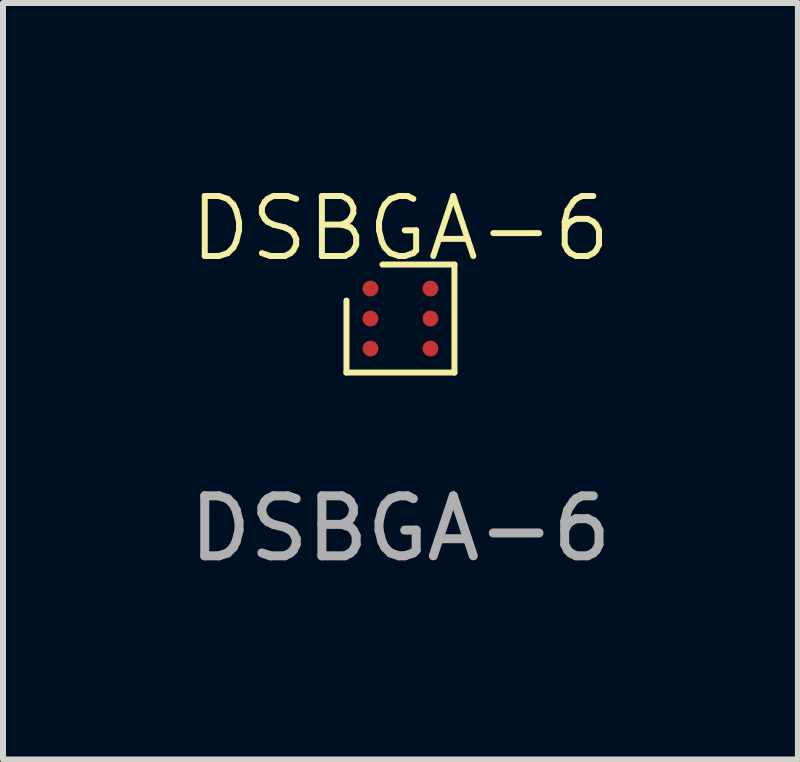
<source format=kicad_pcb>
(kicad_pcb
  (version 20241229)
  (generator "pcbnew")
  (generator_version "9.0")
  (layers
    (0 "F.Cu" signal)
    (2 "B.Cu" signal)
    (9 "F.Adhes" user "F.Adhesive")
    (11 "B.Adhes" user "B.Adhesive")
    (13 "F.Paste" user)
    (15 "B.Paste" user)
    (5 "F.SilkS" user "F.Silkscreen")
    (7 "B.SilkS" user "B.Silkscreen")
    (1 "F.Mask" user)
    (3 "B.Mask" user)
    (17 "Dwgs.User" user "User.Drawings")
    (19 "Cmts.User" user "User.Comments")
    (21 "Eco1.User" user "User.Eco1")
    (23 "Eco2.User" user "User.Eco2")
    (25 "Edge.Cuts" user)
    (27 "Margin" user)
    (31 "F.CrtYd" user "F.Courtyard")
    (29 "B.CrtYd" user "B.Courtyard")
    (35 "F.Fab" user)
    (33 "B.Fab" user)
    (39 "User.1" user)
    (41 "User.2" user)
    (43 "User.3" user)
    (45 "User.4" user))
  (footprint "DSBGA-6"
    (layer "F.Cu")
    (at 3.625 2.26)
    (property "Reference" "DSBGA-6" (at 0 -1.5 0) (unlocked yes) (layer "F.SilkS") (effects (font (size 1 1) (thickness 0.1))))
    (attr smd)
    (fp_line (start -0.9 0.9) (end -0.9 -0.3) (stroke (width 0.1) (type default)) (layer "F.SilkS"))
    (fp_line (start -0.9 0.9) (end 0.9 0.9) (stroke (width 0.1) (type default)) (layer "F.SilkS"))
    (fp_line (start 0.9 -0.9) (end -0.3 -0.9) (stroke (width 0.1) (type default)) (layer "F.SilkS"))
    (fp_line (start 0.9 0.9) (end 0.9 -0.9) (stroke (width 0.1) (type default)) (layer "F.SilkS"))
    (fp_text user "${REFERENCE}" (at 0 3.5 0) (unlocked yes) (layer "F.Fab") (effects (font (size 1 1) (thickness 0.15))))
    (pad "A1" smd circle (at -0.5 -0.5) (size 0.263 0.263) (layers "F.Cu" "F.Mask" "F.Paste"))
    (pad "A2" smd circle (at 0.5 -0.5) (size 0.263 0.263) (layers "F.Cu" "F.Mask" "F.Paste"))
    (pad "B1" smd circle (at -0.5 0) (size 0.263 0.263) (layers "F.Cu" "F.Mask" "F.Paste"))
    (pad "B2" smd circle (at 0.5 0) (size 0.263 0.263) (layers "F.Cu" "F.Mask" "F.Paste"))
    (pad "C1" smd circle (at -0.5 0.5) (size 0.263 0.263) (layers "F.Cu" "F.Mask" "F.Paste"))
    (pad "C2" smd circle (at 0.5 0.5) (size 0.263 0.263) (layers "F.Cu" "F.Mask" "F.Paste")))
  (gr_rect
    (start -3 -3)
    (end 10.25 9.609)
    (stroke (width 0.1) (type default))
    (fill no)
    (layer "Edge.Cuts")))
</source>
